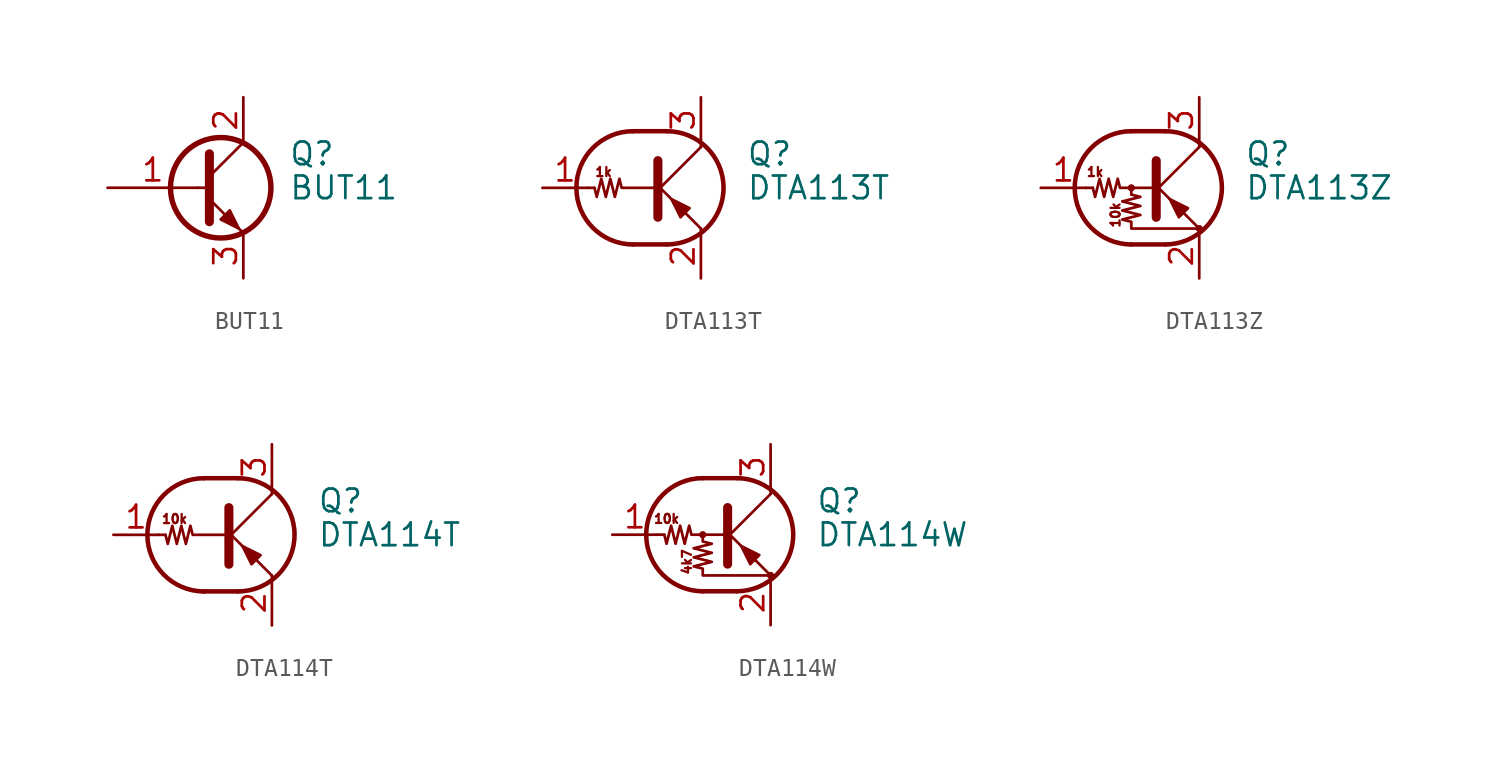
<source format=kicad_sym>
(kicad_symbol_lib
  (version 20220914)
  (generator kicad_symbol_editor)
  (symbol "BUT11"
    (pin_names
      (offset 0) hide)
    (property "Reference" "Q"
      (at 5.08 1.905 0)
      (effects (font (size 1.27 1.27)) (justify left)))
    (property "Value" "BUT11"
      (at 5.08 0 0)
      (effects (font (size 1.27 1.27)) (justify left)))
    (symbol "BUT11_0_1"
      (polyline (pts (xy 0 0) (xy 0.635 0)) (stroke (width 0) (type solid)) (fill (type none)))
      (polyline (pts (xy 2.54 -2.54) (xy 0.635 -0.635)) (stroke (width 0) (type solid)) (fill (type none)))
      (polyline (pts (xy 2.54 2.54) (xy 0.635 0.635)) (stroke (width 0) (type solid)) (fill (type none)))
      (polyline (pts (xy 0.635 1.905) (xy 0.635 -1.905) (xy 0.635 -1.905)) (stroke (width 0.508) (type solid)) (fill (type none)))
      (polyline (pts (xy 2.286 -2.286) (xy 1.778 -1.778) (xy 1.778 -1.778)) (stroke (width 0) (type solid)) (fill (type none)))
      (polyline (pts (xy 1.27 -1.778) (xy 1.778 -1.27) (xy 2.286 -2.286) (xy 1.27 -1.778) (xy 1.27 -1.778)) (stroke (width 0) (type solid)) (fill (type outline)))
      (circle (center 1.27 0) (radius 2.819) (stroke (width 0.305) (type solid)) (fill (type none))))
    (symbol "BUT11_1_1"
      (pin input line (at -5.08 0 0) (length 5.08) (name "B" (effects (font (size 1.27 1.27)))) (number "1" (effects (font (size 1.27 1.27)))))
      (pin passive line (at 2.54 5.08 270) (length 2.54) (name "C" (effects (font (size 1.27 1.27)))) (number "2" (effects (font (size 1.27 1.27)))))
      (pin passive line (at 2.54 -5.08 90) (length 2.54) (name "E" (effects (font (size 1.27 1.27)))) (number "3" (effects (font (size 1.27 1.27)))))))
  (symbol "DTA113T"
    (pin_names
      (offset 0) hide)
    (property "Reference" "Q"
      (at 5.08 1.905 0)
      (effects (font (size 1.27 1.27)) (justify left)))
    (property "Value" "DTA113T"
      (at 5.08 0 0)
      (effects (font (size 1.27 1.27)) (justify left)))
    (symbol "DTA113T_0_0"
      (polyline (pts (xy 2.54 -2.286) (xy 2.54 -2.54)) (stroke (width 0) (type solid)) (fill (type none)))
      (text "1k" (at -2.921 0.889 0) (effects (font (size 0.508 0.508)))))
    (symbol "DTA113T_0_1"
      (arc (start -1.27 3.175) (mid -4.4312 0) (end -1.27 -3.175) (stroke (width 0.254) (type solid)) (fill (type none)))
      (polyline (pts (xy -3.429 0) (xy -3.81 0)) (stroke (width 0) (type solid)) (fill (type none)))
      (polyline (pts (xy -1.27 -3.175) (xy 0.635 -3.175)) (stroke (width 0.254) (type solid)) (fill (type none)))
      (polyline (pts (xy -1.27 3.175) (xy 0.635 3.175)) (stroke (width 0.254) (type solid)) (fill (type none)))
      (polyline (pts (xy 0 -0.254) (xy 2.54 2.286)) (stroke (width 0) (type solid)) (fill (type none)))
      (polyline (pts (xy 0.127 1.524) (xy 0.127 -1.651)) (stroke (width 0.508) (type solid)) (fill (type outline)))
      (polyline (pts (xy 2.54 2.286) (xy 2.54 2.54)) (stroke (width 0) (type solid)) (fill (type none)))
      (polyline (pts (xy 2.54 -2.286) (xy 0 0.254) (xy 0 0.254)) (stroke (width 0) (type solid)) (fill (type none)))
      (polyline (pts (xy 1.397 -1.651) (xy 1.905 -1.143) (xy 0.889 -0.635) (xy 1.397 -1.651)) (stroke (width 0) (type solid)) (fill (type outline)))
      (polyline (pts (xy 0 0) (xy -1.905 0) (xy -2.032 0.508) (xy -2.286 -0.508) (xy -2.54 0.508) (xy -2.794 -0.508) (xy -3.048 0.508) (xy -3.302 -0.508) (xy -3.429 0)) (stroke (width 0) (type solid)) (fill (type none)))
      (arc (start 0.635 -3.175) (mid 3.7962 0) (end 0.635 3.175) (stroke (width 0.254) (type solid)) (fill (type none))))
    (symbol "DTA113T_1_1"
      (pin input line (at -6.35 0 0) (length 2.54) (name "B" (effects (font (size 1.27 1.27)))) (number "1" (effects (font (size 1.27 1.27)))))
      (pin passive line (at 2.54 -5.08 90) (length 2.54) (name "E" (effects (font (size 1.27 1.27)))) (number "2" (effects (font (size 1.27 1.27)))))
      (pin passive line (at 2.54 5.08 270) (length 2.54) (name "C" (effects (font (size 1.27 1.27)))) (number "3" (effects (font (size 1.27 1.27)))))))
  (symbol "DTA113Z"
    (pin_names
      (offset 0) hide)
    (property "Reference" "Q"
      (at 5.08 1.905 0)
      (effects (font (size 1.27 1.27)) (justify left)))
    (property "Value" "DTA113Z"
      (at 5.08 0 0)
      (effects (font (size 1.27 1.27)) (justify left)))
    (symbol "DTA113Z_0_0"
      (text "10k" (at -2.159 -1.524 900) (effects (font (size 0.508 0.508))))
      (text "1k" (at -3.302 0.889 0) (effects (font (size 0.508 0.508)))))
    (symbol "DTA113Z_0_1"
      (circle (center -1.27 0) (radius 0.127) (stroke (width 0) (type solid)) (fill (type none)))
      (arc (start -1.27 3.175) (mid -4.4312 0) (end -1.27 -3.175) (stroke (width 0.254) (type solid)) (fill (type none)))
      (polyline (pts (xy -3.429 0) (xy -3.81 0)) (stroke (width 0) (type solid)) (fill (type none)))
      (polyline (pts (xy -1.27 -3.175) (xy 0.635 -3.175)) (stroke (width 0.254) (type solid)) (fill (type none)))
      (polyline (pts (xy -1.27 3.175) (xy 0.635 3.175)) (stroke (width 0.254) (type solid)) (fill (type none)))
      (polyline (pts (xy 0 -0.254) (xy 2.54 2.286)) (stroke (width 0) (type solid)) (fill (type none)))
      (polyline (pts (xy 0.127 1.524) (xy 0.127 -1.651)) (stroke (width 0.508) (type solid)) (fill (type outline)))
      (polyline (pts (xy 2.54 2.286) (xy 2.54 2.54)) (stroke (width 0) (type solid)) (fill (type none)))
      (polyline (pts (xy 2.54 -2.286) (xy 0 0.254) (xy 0 0.254)) (stroke (width 0) (type solid)) (fill (type none)))
      (polyline (pts (xy 1.397 -1.651) (xy 1.905 -1.143) (xy 0.889 -0.635) (xy 1.397 -1.651)) (stroke (width 0) (type solid)) (fill (type outline)))
      (polyline (pts (xy 0 0) (xy -1.905 0) (xy -2.032 0.508) (xy -2.286 -0.508) (xy -2.54 0.508) (xy -2.794 -0.508) (xy -3.048 0.508) (xy -3.302 -0.508) (xy -3.429 0)) (stroke (width 0) (type solid)) (fill (type none)))
      (polyline (pts (xy -1.27 0) (xy -1.27 -0.381) (xy -0.762 -0.508) (xy -1.778 -0.762) (xy -0.762 -1.016) (xy -1.778 -1.27) (xy -0.762 -1.524) (xy -1.778 -1.778) (xy -1.27 -1.905) (xy -1.27 -2.286) (xy 2.54 -2.286)) (stroke (width 0) (type solid)) (fill (type none)))
      (arc (start 0.635 -3.175) (mid 3.7962 0) (end 0.635 3.175) (stroke (width 0.254) (type solid)) (fill (type none)))
      (circle (center 2.54 -2.286) (radius 0.127) (stroke (width 0) (type solid)) (fill (type none))))
    (symbol "DTA113Z_1_1"
      (pin input line (at -6.35 0 0) (length 2.54) (name "B" (effects (font (size 1.27 1.27)))) (number "1" (effects (font (size 1.27 1.27)))))
      (pin passive line (at 2.54 -5.08 90) (length 2.54) (name "E" (effects (font (size 1.27 1.27)))) (number "2" (effects (font (size 1.27 1.27)))))
      (pin passive line (at 2.54 5.08 270) (length 2.54) (name "C" (effects (font (size 1.27 1.27)))) (number "3" (effects (font (size 1.27 1.27)))))))
  (symbol "DTA114T"
    (pin_names
      (offset 0) hide)
    (property "Reference" "Q"
      (at 5.08 1.905 0)
      (effects (font (size 1.27 1.27)) (justify left)))
    (property "Value" "DTA114T"
      (at 5.08 0 0)
      (effects (font (size 1.27 1.27)) (justify left)))
    (symbol "DTA114T_0_0"
      (polyline (pts (xy 2.54 -2.286) (xy 2.54 -2.54)) (stroke (width 0) (type solid)) (fill (type none)))
      (text "10k" (at -2.921 0.889 0) (effects (font (size 0.508 0.508)))))
    (symbol "DTA114T_0_1"
      (arc (start -1.27 3.175) (mid -4.4312 0) (end -1.27 -3.175) (stroke (width 0.254) (type solid)) (fill (type none)))
      (polyline (pts (xy -3.429 0) (xy -3.81 0)) (stroke (width 0) (type solid)) (fill (type none)))
      (polyline (pts (xy -1.27 -3.175) (xy 0.635 -3.175)) (stroke (width 0.254) (type solid)) (fill (type none)))
      (polyline (pts (xy -1.27 3.175) (xy 0.635 3.175)) (stroke (width 0.254) (type solid)) (fill (type none)))
      (polyline (pts (xy 0 -0.254) (xy 2.54 2.286)) (stroke (width 0) (type solid)) (fill (type none)))
      (polyline (pts (xy 0.127 1.524) (xy 0.127 -1.651)) (stroke (width 0.508) (type solid)) (fill (type outline)))
      (polyline (pts (xy 2.54 2.286) (xy 2.54 2.54)) (stroke (width 0) (type solid)) (fill (type none)))
      (polyline (pts (xy 2.54 -2.286) (xy 0 0.254) (xy 0 0.254)) (stroke (width 0) (type solid)) (fill (type none)))
      (polyline (pts (xy 1.397 -1.651) (xy 1.905 -1.143) (xy 0.889 -0.635) (xy 1.397 -1.651)) (stroke (width 0) (type solid)) (fill (type outline)))
      (polyline (pts (xy 0 0) (xy -1.905 0) (xy -2.032 0.508) (xy -2.286 -0.508) (xy -2.54 0.508) (xy -2.794 -0.508) (xy -3.048 0.508) (xy -3.302 -0.508) (xy -3.429 0)) (stroke (width 0) (type solid)) (fill (type none)))
      (arc (start 0.635 -3.175) (mid 3.7962 0) (end 0.635 3.175) (stroke (width 0.254) (type solid)) (fill (type none))))
    (symbol "DTA114T_1_1"
      (pin input line (at -6.35 0 0) (length 2.54) (name "B" (effects (font (size 1.27 1.27)))) (number "1" (effects (font (size 1.27 1.27)))))
      (pin passive line (at 2.54 -5.08 90) (length 2.54) (name "E" (effects (font (size 1.27 1.27)))) (number "2" (effects (font (size 1.27 1.27)))))
      (pin passive line (at 2.54 5.08 270) (length 2.54) (name "C" (effects (font (size 1.27 1.27)))) (number "3" (effects (font (size 1.27 1.27)))))))
  (symbol "DTA114W"
    (pin_names
      (offset 0) hide)
    (property "Reference" "Q"
      (at 5.08 1.905 0)
      (effects (font (size 1.27 1.27)) (justify left)))
    (property "Value" "DTA114W"
      (at 5.08 0 0)
      (effects (font (size 1.27 1.27)) (justify left)))
    (symbol "DTA114W_0_0"
      (text "10k" (at -3.302 0.889 0) (effects (font (size 0.508 0.508))))
      (text "4k7" (at -2.159 -1.524 900) (effects (font (size 0.508 0.508)))))
    (symbol "DTA114W_0_1"
      (circle (center -1.27 0) (radius 0.127) (stroke (width 0) (type solid)) (fill (type none)))
      (arc (start -1.27 3.175) (mid -4.4312 0) (end -1.27 -3.175) (stroke (width 0.254) (type solid)) (fill (type none)))
      (polyline (pts (xy -3.429 0) (xy -3.81 0)) (stroke (width 0) (type solid)) (fill (type none)))
      (polyline (pts (xy -1.27 -3.175) (xy 0.635 -3.175)) (stroke (width 0.254) (type solid)) (fill (type none)))
      (polyline (pts (xy -1.27 3.175) (xy 0.635 3.175)) (stroke (width 0.254) (type solid)) (fill (type none)))
      (polyline (pts (xy 0 -0.254) (xy 2.54 2.286)) (stroke (width 0) (type solid)) (fill (type none)))
      (polyline (pts (xy 0.127 1.524) (xy 0.127 -1.651)) (stroke (width 0.508) (type solid)) (fill (type outline)))
      (polyline (pts (xy 2.54 2.286) (xy 2.54 2.54)) (stroke (width 0) (type solid)) (fill (type none)))
      (polyline (pts (xy 2.54 -2.286) (xy 0 0.254) (xy 0 0.254)) (stroke (width 0) (type solid)) (fill (type none)))
      (polyline (pts (xy 1.397 -1.651) (xy 1.905 -1.143) (xy 0.889 -0.635) (xy 1.397 -1.651)) (stroke (width 0) (type solid)) (fill (type outline)))
      (polyline (pts (xy 0 0) (xy -1.905 0) (xy -2.032 0.508) (xy -2.286 -0.508) (xy -2.54 0.508) (xy -2.794 -0.508) (xy -3.048 0.508) (xy -3.302 -0.508) (xy -3.429 0)) (stroke (width 0) (type solid)) (fill (type none)))
      (polyline (pts (xy -1.27 0) (xy -1.27 -0.381) (xy -0.762 -0.508) (xy -1.778 -0.762) (xy -0.762 -1.016) (xy -1.778 -1.27) (xy -0.762 -1.524) (xy -1.778 -1.778) (xy -1.27 -1.905) (xy -1.27 -2.286) (xy 2.54 -2.286)) (stroke (width 0) (type solid)) (fill (type none)))
      (arc (start 0.635 -3.175) (mid 3.7962 0) (end 0.635 3.175) (stroke (width 0.254) (type solid)) (fill (type none)))
      (circle (center 2.54 -2.286) (radius 0.127) (stroke (width 0) (type solid)) (fill (type none))))
    (symbol "DTA114W_1_1"
      (pin input line (at -6.35 0 0) (length 2.54) (name "B" (effects (font (size 1.27 1.27)))) (number "1" (effects (font (size 1.27 1.27)))))
      (pin passive line (at 2.54 -5.08 90) (length 2.54) (name "E" (effects (font (size 1.27 1.27)))) (number "2" (effects (font (size 1.27 1.27)))))
      (pin passive line (at 2.54 5.08 270) (length 2.54) (name "C" (effects (font (size 1.27 1.27)))) (number "3" (effects (font (size 1.27 1.27))))))))
</source>
